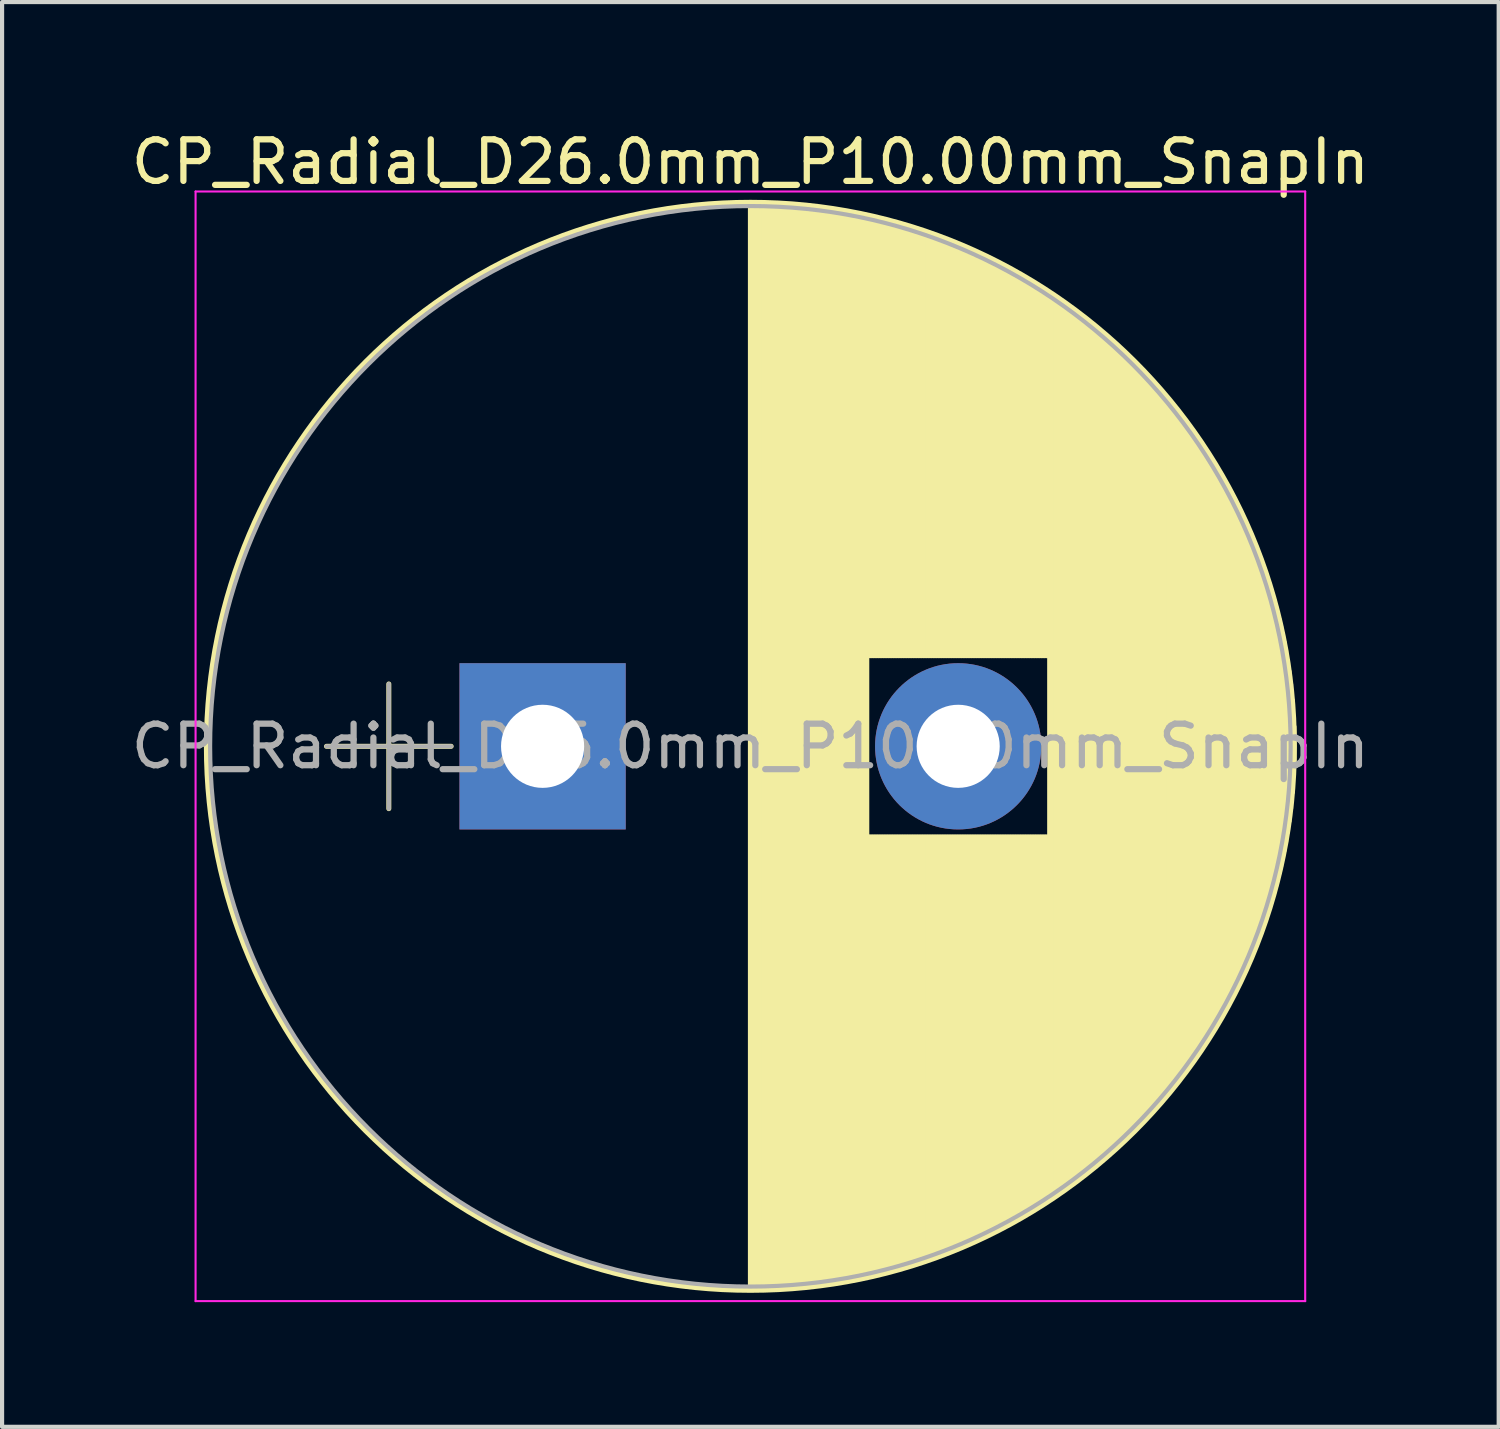
<source format=kicad_pcb>
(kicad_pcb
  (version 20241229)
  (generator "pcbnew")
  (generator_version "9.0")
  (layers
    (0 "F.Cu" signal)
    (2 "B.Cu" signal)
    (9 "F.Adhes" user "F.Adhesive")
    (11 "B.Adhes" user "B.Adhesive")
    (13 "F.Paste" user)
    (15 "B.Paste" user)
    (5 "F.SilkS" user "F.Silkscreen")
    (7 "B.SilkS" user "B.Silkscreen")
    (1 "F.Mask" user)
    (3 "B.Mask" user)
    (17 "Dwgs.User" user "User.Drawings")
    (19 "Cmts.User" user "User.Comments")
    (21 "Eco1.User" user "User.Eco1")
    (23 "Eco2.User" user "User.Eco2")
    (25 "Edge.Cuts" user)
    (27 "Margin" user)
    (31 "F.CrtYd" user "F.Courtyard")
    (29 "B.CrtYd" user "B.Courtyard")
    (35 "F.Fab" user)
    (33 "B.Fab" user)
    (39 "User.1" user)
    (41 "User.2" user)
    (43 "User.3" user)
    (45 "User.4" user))
  (footprint "CP_Radial_D26.0mm_P10.00mm_SnapIn"
    (layer "F.Cu")
    (at 10.006 14.908)
    (property "Reference" "CP_Radial_D26.0mm_P10.00mm_SnapIn" (at 5 -14.06 0) (layer "F.SilkS") (effects (font (size 1 1) (thickness 0.15))))
    (attr through_hole)
    (fp_line (start -5.2 0) (end -2.2 0) (stroke (width 0.12) (type solid)) (layer "F.SilkS"))
    (fp_line (start -3.7 -1.5) (end -3.7 1.5) (stroke (width 0.12) (type solid)) (layer "F.SilkS"))
    (fp_line (start 5 -13.05) (end 5 13.05) (stroke (width 0.12) (type solid)) (layer "F.SilkS"))
    (fp_line (start 5.04 -13.05) (end 5.04 13.05) (stroke (width 0.12) (type solid)) (layer "F.SilkS"))
    (fp_line (start 5.08 -13.05) (end 5.08 13.05) (stroke (width 0.12) (type solid)) (layer "F.SilkS"))
    (fp_line (start 5.12 -13.05) (end 5.12 13.05) (stroke (width 0.12) (type solid)) (layer "F.SilkS"))
    (fp_line (start 5.16 -13.05) (end 5.16 13.05) (stroke (width 0.12) (type solid)) (layer "F.SilkS"))
    (fp_line (start 5.2 -13.049) (end 5.2 13.049) (stroke (width 0.12) (type solid)) (layer "F.SilkS"))
    (fp_line (start 5.24 -13.048) (end 5.24 13.048) (stroke (width 0.12) (type solid)) (layer "F.SilkS"))
    (fp_line (start 5.28 -13.048) (end 5.28 13.048) (stroke (width 0.12) (type solid)) (layer "F.SilkS"))
    (fp_line (start 5.32 -13.047) (end 5.32 13.047) (stroke (width 0.12) (type solid)) (layer "F.SilkS"))
    (fp_line (start 5.36 -13.046) (end 5.36 13.046) (stroke (width 0.12) (type solid)) (layer "F.SilkS"))
    (fp_line (start 5.4 -13.044) (end 5.4 13.044) (stroke (width 0.12) (type solid)) (layer "F.SilkS"))
    (fp_line (start 5.44 -13.043) (end 5.44 13.043) (stroke (width 0.12) (type solid)) (layer "F.SilkS"))
    (fp_line (start 5.48 -13.042) (end 5.48 13.042) (stroke (width 0.12) (type solid)) (layer "F.SilkS"))
    (fp_line (start 5.52 -13.04) (end 5.52 13.04) (stroke (width 0.12) (type solid)) (layer "F.SilkS"))
    (fp_line (start 5.56 -13.039) (end 5.56 13.039) (stroke (width 0.12) (type solid)) (layer "F.SilkS"))
    (fp_line (start 5.6 -13.037) (end 5.6 13.037) (stroke (width 0.12) (type solid)) (layer "F.SilkS"))
    (fp_line (start 5.64 -13.035) (end 5.64 13.035) (stroke (width 0.12) (type solid)) (layer "F.SilkS"))
    (fp_line (start 5.68 -13.033) (end 5.68 13.033) (stroke (width 0.12) (type solid)) (layer "F.SilkS"))
    (fp_line (start 5.721 -13.031) (end 5.721 13.031) (stroke (width 0.12) (type solid)) (layer "F.SilkS"))
    (fp_line (start 5.761 -13.028) (end 5.761 13.028) (stroke (width 0.12) (type solid)) (layer "F.SilkS"))
    (fp_line (start 5.801 -13.026) (end 5.801 13.026) (stroke (width 0.12) (type solid)) (layer "F.SilkS"))
    (fp_line (start 5.841 -13.024) (end 5.841 13.024) (stroke (width 0.12) (type solid)) (layer "F.SilkS"))
    (fp_line (start 5.881 -13.021) (end 5.881 13.021) (stroke (width 0.12) (type solid)) (layer "F.SilkS"))
    (fp_line (start 5.921 -13.018) (end 5.921 13.018) (stroke (width 0.12) (type solid)) (layer "F.SilkS"))
    (fp_line (start 5.961 -13.015) (end 5.961 13.015) (stroke (width 0.12) (type solid)) (layer "F.SilkS"))
    (fp_line (start 6.001 -13.012) (end 6.001 13.012) (stroke (width 0.12) (type solid)) (layer "F.SilkS"))
    (fp_line (start 6.041 -13.009) (end 6.041 13.009) (stroke (width 0.12) (type solid)) (layer "F.SilkS"))
    (fp_line (start 6.081 -13.006) (end 6.081 13.006) (stroke (width 0.12) (type solid)) (layer "F.SilkS"))
    (fp_line (start 6.121 -13.002) (end 6.121 13.002) (stroke (width 0.12) (type solid)) (layer "F.SilkS"))
    (fp_line (start 6.161 -12.999) (end 6.161 12.999) (stroke (width 0.12) (type solid)) (layer "F.SilkS"))
    (fp_line (start 6.201 -12.995) (end 6.201 12.995) (stroke (width 0.12) (type solid)) (layer "F.SilkS"))
    (fp_line (start 6.241 -12.992) (end 6.241 12.992) (stroke (width 0.12) (type solid)) (layer "F.SilkS"))
    (fp_line (start 6.281 -12.988) (end 6.281 12.988) (stroke (width 0.12) (type solid)) (layer "F.SilkS"))
    (fp_line (start 6.321 -12.984) (end 6.321 12.984) (stroke (width 0.12) (type solid)) (layer "F.SilkS"))
    (fp_line (start 6.361 -12.98) (end 6.361 12.98) (stroke (width 0.12) (type solid)) (layer "F.SilkS"))
    (fp_line (start 6.401 -12.975) (end 6.401 12.975) (stroke (width 0.12) (type solid)) (layer "F.SilkS"))
    (fp_line (start 6.441 -12.971) (end 6.441 12.971) (stroke (width 0.12) (type solid)) (layer "F.SilkS"))
    (fp_line (start 6.481 -12.967) (end 6.481 12.967) (stroke (width 0.12) (type solid)) (layer "F.SilkS"))
    (fp_line (start 6.521 -12.962) (end 6.521 12.962) (stroke (width 0.12) (type solid)) (layer "F.SilkS"))
    (fp_line (start 6.561 -12.957) (end 6.561 12.957) (stroke (width 0.12) (type solid)) (layer "F.SilkS"))
    (fp_line (start 6.601 -12.952) (end 6.601 12.952) (stroke (width 0.12) (type solid)) (layer "F.SilkS"))
    (fp_line (start 6.641 -12.947) (end 6.641 12.947) (stroke (width 0.12) (type solid)) (layer "F.SilkS"))
    (fp_line (start 6.681 -12.942) (end 6.681 12.942) (stroke (width 0.12) (type solid)) (layer "F.SilkS"))
    (fp_line (start 6.721 -12.937) (end 6.721 12.937) (stroke (width 0.12) (type solid)) (layer "F.SilkS"))
    (fp_line (start 6.761 -12.932) (end 6.761 12.932) (stroke (width 0.12) (type solid)) (layer "F.SilkS"))
    (fp_line (start 6.801 -12.926) (end 6.801 12.926) (stroke (width 0.12) (type solid)) (layer "F.SilkS"))
    (fp_line (start 6.841 -12.921) (end 6.841 12.921) (stroke (width 0.12) (type solid)) (layer "F.SilkS"))
    (fp_line (start 6.881 -12.915) (end 6.881 12.915) (stroke (width 0.12) (type solid)) (layer "F.SilkS"))
    (fp_line (start 6.921 -12.909) (end 6.921 12.909) (stroke (width 0.12) (type solid)) (layer "F.SilkS"))
    (fp_line (start 6.961 -12.903) (end 6.961 12.903) (stroke (width 0.12) (type solid)) (layer "F.SilkS"))
    (fp_line (start 7.001 -12.897) (end 7.001 12.897) (stroke (width 0.12) (type solid)) (layer "F.SilkS"))
    (fp_line (start 7.041 -12.891) (end 7.041 12.891) (stroke (width 0.12) (type solid)) (layer "F.SilkS"))
    (fp_line (start 7.081 -12.884) (end 7.081 12.884) (stroke (width 0.12) (type solid)) (layer "F.SilkS"))
    (fp_line (start 7.121 -12.878) (end 7.121 12.878) (stroke (width 0.12) (type solid)) (layer "F.SilkS"))
    (fp_line (start 7.161 -12.871) (end 7.161 12.871) (stroke (width 0.12) (type solid)) (layer "F.SilkS"))
    (fp_line (start 7.201 -12.864) (end 7.201 12.864) (stroke (width 0.12) (type solid)) (layer "F.SilkS"))
    (fp_line (start 7.241 -12.857) (end 7.241 12.857) (stroke (width 0.12) (type solid)) (layer "F.SilkS"))
    (fp_line (start 7.281 -12.85) (end 7.281 12.85) (stroke (width 0.12) (type solid)) (layer "F.SilkS"))
    (fp_line (start 7.321 -12.843) (end 7.321 12.843) (stroke (width 0.12) (type solid)) (layer "F.SilkS"))
    (fp_line (start 7.361 -12.836) (end 7.361 12.836) (stroke (width 0.12) (type solid)) (layer "F.SilkS"))
    (fp_line (start 7.401 -12.829) (end 7.401 12.829) (stroke (width 0.12) (type solid)) (layer "F.SilkS"))
    (fp_line (start 7.441 -12.821) (end 7.441 12.821) (stroke (width 0.12) (type solid)) (layer "F.SilkS"))
    (fp_line (start 7.481 -12.813) (end 7.481 12.813) (stroke (width 0.12) (type solid)) (layer "F.SilkS"))
    (fp_line (start 7.521 -12.806) (end 7.521 12.806) (stroke (width 0.12) (type solid)) (layer "F.SilkS"))
    (fp_line (start 7.561 -12.798) (end 7.561 12.798) (stroke (width 0.12) (type solid)) (layer "F.SilkS"))
    (fp_line (start 7.601 -12.79) (end 7.601 12.79) (stroke (width 0.12) (type solid)) (layer "F.SilkS"))
    (fp_line (start 7.641 -12.782) (end 7.641 12.782) (stroke (width 0.12) (type solid)) (layer "F.SilkS"))
    (fp_line (start 7.681 -12.773) (end 7.681 12.773) (stroke (width 0.12) (type solid)) (layer "F.SilkS"))
    (fp_line (start 7.721 -12.765) (end 7.721 12.765) (stroke (width 0.12) (type solid)) (layer "F.SilkS"))
    (fp_line (start 7.761 -12.756) (end 7.761 12.756) (stroke (width 0.12) (type solid)) (layer "F.SilkS"))
    (fp_line (start 7.801 -12.748) (end 7.801 12.748) (stroke (width 0.12) (type solid)) (layer "F.SilkS"))
    (fp_line (start 7.841 -12.739) (end 7.841 -2.18) (stroke (width 0.12) (type solid)) (layer "F.SilkS"))
    (fp_line (start 7.841 2.18) (end 7.841 12.739) (stroke (width 0.12) (type solid)) (layer "F.SilkS"))
    (fp_line (start 7.881 -12.73) (end 7.881 -2.18) (stroke (width 0.12) (type solid)) (layer "F.SilkS"))
    (fp_line (start 7.881 2.18) (end 7.881 12.73) (stroke (width 0.12) (type solid)) (layer "F.SilkS"))
    (fp_line (start 7.921 -12.721) (end 7.921 -2.18) (stroke (width 0.12) (type solid)) (layer "F.SilkS"))
    (fp_line (start 7.921 2.18) (end 7.921 12.721) (stroke (width 0.12) (type solid)) (layer "F.SilkS"))
    (fp_line (start 7.961 -12.711) (end 7.961 -2.18) (stroke (width 0.12) (type solid)) (layer "F.SilkS"))
    (fp_line (start 7.961 2.18) (end 7.961 12.711) (stroke (width 0.12) (type solid)) (layer "F.SilkS"))
    (fp_line (start 8.001 -12.702) (end 8.001 -2.18) (stroke (width 0.12) (type solid)) (layer "F.SilkS"))
    (fp_line (start 8.001 2.18) (end 8.001 12.702) (stroke (width 0.12) (type solid)) (layer "F.SilkS"))
    (fp_line (start 8.041 -12.693) (end 8.041 -2.18) (stroke (width 0.12) (type solid)) (layer "F.SilkS"))
    (fp_line (start 8.041 2.18) (end 8.041 12.693) (stroke (width 0.12) (type solid)) (layer "F.SilkS"))
    (fp_line (start 8.081 -12.683) (end 8.081 -2.18) (stroke (width 0.12) (type solid)) (layer "F.SilkS"))
    (fp_line (start 8.081 2.18) (end 8.081 12.683) (stroke (width 0.12) (type solid)) (layer "F.SilkS"))
    (fp_line (start 8.121 -12.673) (end 8.121 -2.18) (stroke (width 0.12) (type solid)) (layer "F.SilkS"))
    (fp_line (start 8.121 2.18) (end 8.121 12.673) (stroke (width 0.12) (type solid)) (layer "F.SilkS"))
    (fp_line (start 8.161 -12.663) (end 8.161 -2.18) (stroke (width 0.12) (type solid)) (layer "F.SilkS"))
    (fp_line (start 8.161 2.18) (end 8.161 12.663) (stroke (width 0.12) (type solid)) (layer "F.SilkS"))
    (fp_line (start 8.201 -12.653) (end 8.201 -2.18) (stroke (width 0.12) (type solid)) (layer "F.SilkS"))
    (fp_line (start 8.201 2.18) (end 8.201 12.653) (stroke (width 0.12) (type solid)) (layer "F.SilkS"))
    (fp_line (start 8.241 -12.643) (end 8.241 -2.18) (stroke (width 0.12) (type solid)) (layer "F.SilkS"))
    (fp_line (start 8.241 2.18) (end 8.241 12.643) (stroke (width 0.12) (type solid)) (layer "F.SilkS"))
    (fp_line (start 8.281 -12.633) (end 8.281 -2.18) (stroke (width 0.12) (type solid)) (layer "F.SilkS"))
    (fp_line (start 8.281 2.18) (end 8.281 12.633) (stroke (width 0.12) (type solid)) (layer "F.SilkS"))
    (fp_line (start 8.321 -12.622) (end 8.321 -2.18) (stroke (width 0.12) (type solid)) (layer "F.SilkS"))
    (fp_line (start 8.321 2.18) (end 8.321 12.622) (stroke (width 0.12) (type solid)) (layer "F.SilkS"))
    (fp_line (start 8.361 -12.612) (end 8.361 -2.18) (stroke (width 0.12) (type solid)) (layer "F.SilkS"))
    (fp_line (start 8.361 2.18) (end 8.361 12.612) (stroke (width 0.12) (type solid)) (layer "F.SilkS"))
    (fp_line (start 8.401 -12.601) (end 8.401 -2.18) (stroke (width 0.12) (type solid)) (layer "F.SilkS"))
    (fp_line (start 8.401 2.18) (end 8.401 12.601) (stroke (width 0.12) (type solid)) (layer "F.SilkS"))
    (fp_line (start 8.441 -12.59) (end 8.441 -2.18) (stroke (width 0.12) (type solid)) (layer "F.SilkS"))
    (fp_line (start 8.441 2.18) (end 8.441 12.59) (stroke (width 0.12) (type solid)) (layer "F.SilkS"))
    (fp_line (start 8.481 -12.579) (end 8.481 -2.18) (stroke (width 0.12) (type solid)) (layer "F.SilkS"))
    (fp_line (start 8.481 2.18) (end 8.481 12.579) (stroke (width 0.12) (type solid)) (layer "F.SilkS"))
    (fp_line (start 8.521 -12.568) (end 8.521 -2.18) (stroke (width 0.12) (type solid)) (layer "F.SilkS"))
    (fp_line (start 8.521 2.18) (end 8.521 12.568) (stroke (width 0.12) (type solid)) (layer "F.SilkS"))
    (fp_line (start 8.561 -12.557) (end 8.561 -2.18) (stroke (width 0.12) (type solid)) (layer "F.SilkS"))
    (fp_line (start 8.561 2.18) (end 8.561 12.557) (stroke (width 0.12) (type solid)) (layer "F.SilkS"))
    (fp_line (start 8.601 -12.546) (end 8.601 -2.18) (stroke (width 0.12) (type solid)) (layer "F.SilkS"))
    (fp_line (start 8.601 2.18) (end 8.601 12.546) (stroke (width 0.12) (type solid)) (layer "F.SilkS"))
    (fp_line (start 8.641 -12.534) (end 8.641 -2.18) (stroke (width 0.12) (type solid)) (layer "F.SilkS"))
    (fp_line (start 8.641 2.18) (end 8.641 12.534) (stroke (width 0.12) (type solid)) (layer "F.SilkS"))
    (fp_line (start 8.681 -12.523) (end 8.681 -2.18) (stroke (width 0.12) (type solid)) (layer "F.SilkS"))
    (fp_line (start 8.681 2.18) (end 8.681 12.523) (stroke (width 0.12) (type solid)) (layer "F.SilkS"))
    (fp_line (start 8.721 -12.511) (end 8.721 -2.18) (stroke (width 0.12) (type solid)) (layer "F.SilkS"))
    (fp_line (start 8.721 2.18) (end 8.721 12.511) (stroke (width 0.12) (type solid)) (layer "F.SilkS"))
    (fp_line (start 8.761 -12.499) (end 8.761 -2.18) (stroke (width 0.12) (type solid)) (layer "F.SilkS"))
    (fp_line (start 8.761 2.18) (end 8.761 12.499) (stroke (width 0.12) (type solid)) (layer "F.SilkS"))
    (fp_line (start 8.801 -12.487) (end 8.801 -2.18) (stroke (width 0.12) (type solid)) (layer "F.SilkS"))
    (fp_line (start 8.801 2.18) (end 8.801 12.487) (stroke (width 0.12) (type solid)) (layer "F.SilkS"))
    (fp_line (start 8.841 -12.475) (end 8.841 -2.18) (stroke (width 0.12) (type solid)) (layer "F.SilkS"))
    (fp_line (start 8.841 2.18) (end 8.841 12.475) (stroke (width 0.12) (type solid)) (layer "F.SilkS"))
    (fp_line (start 8.881 -12.462) (end 8.881 -2.18) (stroke (width 0.12) (type solid)) (layer "F.SilkS"))
    (fp_line (start 8.881 2.18) (end 8.881 12.462) (stroke (width 0.12) (type solid)) (layer "F.SilkS"))
    (fp_line (start 8.921 -12.45) (end 8.921 -2.18) (stroke (width 0.12) (type solid)) (layer "F.SilkS"))
    (fp_line (start 8.921 2.18) (end 8.921 12.45) (stroke (width 0.12) (type solid)) (layer "F.SilkS"))
    (fp_line (start 8.961 -12.437) (end 8.961 -2.18) (stroke (width 0.12) (type solid)) (layer "F.SilkS"))
    (fp_line (start 8.961 2.18) (end 8.961 12.437) (stroke (width 0.12) (type solid)) (layer "F.SilkS"))
    (fp_line (start 9.001 -12.424) (end 9.001 -2.18) (stroke (width 0.12) (type solid)) (layer "F.SilkS"))
    (fp_line (start 9.001 2.18) (end 9.001 12.424) (stroke (width 0.12) (type solid)) (layer "F.SilkS"))
    (fp_line (start 9.041 -12.411) (end 9.041 -2.18) (stroke (width 0.12) (type solid)) (layer "F.SilkS"))
    (fp_line (start 9.041 2.18) (end 9.041 12.411) (stroke (width 0.12) (type solid)) (layer "F.SilkS"))
    (fp_line (start 9.081 -12.398) (end 9.081 -2.18) (stroke (width 0.12) (type solid)) (layer "F.SilkS"))
    (fp_line (start 9.081 2.18) (end 9.081 12.398) (stroke (width 0.12) (type solid)) (layer "F.SilkS"))
    (fp_line (start 9.121 -12.385) (end 9.121 -2.18) (stroke (width 0.12) (type solid)) (layer "F.SilkS"))
    (fp_line (start 9.121 2.18) (end 9.121 12.385) (stroke (width 0.12) (type solid)) (layer "F.SilkS"))
    (fp_line (start 9.161 -12.372) (end 9.161 -2.18) (stroke (width 0.12) (type solid)) (layer "F.SilkS"))
    (fp_line (start 9.161 2.18) (end 9.161 12.372) (stroke (width 0.12) (type solid)) (layer "F.SilkS"))
    (fp_line (start 9.201 -12.358) (end 9.201 -2.18) (stroke (width 0.12) (type solid)) (layer "F.SilkS"))
    (fp_line (start 9.201 2.18) (end 9.201 12.358) (stroke (width 0.12) (type solid)) (layer "F.SilkS"))
    (fp_line (start 9.241 -12.345) (end 9.241 -2.18) (stroke (width 0.12) (type solid)) (layer "F.SilkS"))
    (fp_line (start 9.241 2.18) (end 9.241 12.345) (stroke (width 0.12) (type solid)) (layer "F.SilkS"))
    (fp_line (start 9.281 -12.331) (end 9.281 -2.18) (stroke (width 0.12) (type solid)) (layer "F.SilkS"))
    (fp_line (start 9.281 2.18) (end 9.281 12.331) (stroke (width 0.12) (type solid)) (layer "F.SilkS"))
    (fp_line (start 9.321 -12.317) (end 9.321 -2.18) (stroke (width 0.12) (type solid)) (layer "F.SilkS"))
    (fp_line (start 9.321 2.18) (end 9.321 12.317) (stroke (width 0.12) (type solid)) (layer "F.SilkS"))
    (fp_line (start 9.361 -12.303) (end 9.361 -2.18) (stroke (width 0.12) (type solid)) (layer "F.SilkS"))
    (fp_line (start 9.361 2.18) (end 9.361 12.303) (stroke (width 0.12) (type solid)) (layer "F.SilkS"))
    (fp_line (start 9.401 -12.289) (end 9.401 -2.18) (stroke (width 0.12) (type solid)) (layer "F.SilkS"))
    (fp_line (start 9.401 2.18) (end 9.401 12.289) (stroke (width 0.12) (type solid)) (layer "F.SilkS"))
    (fp_line (start 9.441 -12.274) (end 9.441 -2.18) (stroke (width 0.12) (type solid)) (layer "F.SilkS"))
    (fp_line (start 9.441 2.18) (end 9.441 12.274) (stroke (width 0.12) (type solid)) (layer "F.SilkS"))
    (fp_line (start 9.481 -12.26) (end 9.481 -2.18) (stroke (width 0.12) (type solid)) (layer "F.SilkS"))
    (fp_line (start 9.481 2.18) (end 9.481 12.26) (stroke (width 0.12) (type solid)) (layer "F.SilkS"))
    (fp_line (start 9.521 -12.245) (end 9.521 -2.18) (stroke (width 0.12) (type solid)) (layer "F.SilkS"))
    (fp_line (start 9.521 2.18) (end 9.521 12.245) (stroke (width 0.12) (type solid)) (layer "F.SilkS"))
    (fp_line (start 9.561 -12.231) (end 9.561 -2.18) (stroke (width 0.12) (type solid)) (layer "F.SilkS"))
    (fp_line (start 9.561 2.18) (end 9.561 12.231) (stroke (width 0.12) (type solid)) (layer "F.SilkS"))
    (fp_line (start 9.601 -12.216) (end 9.601 -2.18) (stroke (width 0.12) (type solid)) (layer "F.SilkS"))
    (fp_line (start 9.601 2.18) (end 9.601 12.216) (stroke (width 0.12) (type solid)) (layer "F.SilkS"))
    (fp_line (start 9.641 -12.201) (end 9.641 -2.18) (stroke (width 0.12) (type solid)) (layer "F.SilkS"))
    (fp_line (start 9.641 2.18) (end 9.641 12.201) (stroke (width 0.12) (type solid)) (layer "F.SilkS"))
    (fp_line (start 9.681 -12.185) (end 9.681 -2.18) (stroke (width 0.12) (type solid)) (layer "F.SilkS"))
    (fp_line (start 9.681 2.18) (end 9.681 12.185) (stroke (width 0.12) (type solid)) (layer "F.SilkS"))
    (fp_line (start 9.721 -12.17) (end 9.721 -2.18) (stroke (width 0.12) (type solid)) (layer "F.SilkS"))
    (fp_line (start 9.721 2.18) (end 9.721 12.17) (stroke (width 0.12) (type solid)) (layer "F.SilkS"))
    (fp_line (start 9.761 -12.154) (end 9.761 -2.18) (stroke (width 0.12) (type solid)) (layer "F.SilkS"))
    (fp_line (start 9.761 2.18) (end 9.761 12.154) (stroke (width 0.12) (type solid)) (layer "F.SilkS"))
    (fp_line (start 9.801 -12.139) (end 9.801 -2.18) (stroke (width 0.12) (type solid)) (layer "F.SilkS"))
    (fp_line (start 9.801 2.18) (end 9.801 12.139) (stroke (width 0.12) (type solid)) (layer "F.SilkS"))
    (fp_line (start 9.841 -12.123) (end 9.841 -2.18) (stroke (width 0.12) (type solid)) (layer "F.SilkS"))
    (fp_line (start 9.841 2.18) (end 9.841 12.123) (stroke (width 0.12) (type solid)) (layer "F.SilkS"))
    (fp_line (start 9.881 -12.107) (end 9.881 -2.18) (stroke (width 0.12) (type solid)) (layer "F.SilkS"))
    (fp_line (start 9.881 2.18) (end 9.881 12.107) (stroke (width 0.12) (type solid)) (layer "F.SilkS"))
    (fp_line (start 9.921 -12.091) (end 9.921 -2.18) (stroke (width 0.12) (type solid)) (layer "F.SilkS"))
    (fp_line (start 9.921 2.18) (end 9.921 12.091) (stroke (width 0.12) (type solid)) (layer "F.SilkS"))
    (fp_line (start 9.961 -12.074) (end 9.961 -2.18) (stroke (width 0.12) (type solid)) (layer "F.SilkS"))
    (fp_line (start 9.961 2.18) (end 9.961 12.074) (stroke (width 0.12) (type solid)) (layer "F.SilkS"))
    (fp_line (start 10.001 -12.058) (end 10.001 -2.18) (stroke (width 0.12) (type solid)) (layer "F.SilkS"))
    (fp_line (start 10.001 2.18) (end 10.001 12.058) (stroke (width 0.12) (type solid)) (layer "F.SilkS"))
    (fp_line (start 10.041 -12.041) (end 10.041 -2.18) (stroke (width 0.12) (type solid)) (layer "F.SilkS"))
    (fp_line (start 10.041 2.18) (end 10.041 12.041) (stroke (width 0.12) (type solid)) (layer "F.SilkS"))
    (fp_line (start 10.081 -12.025) (end 10.081 -2.18) (stroke (width 0.12) (type solid)) (layer "F.SilkS"))
    (fp_line (start 10.081 2.18) (end 10.081 12.025) (stroke (width 0.12) (type solid)) (layer "F.SilkS"))
    (fp_line (start 10.121 -12.008) (end 10.121 -2.18) (stroke (width 0.12) (type solid)) (layer "F.SilkS"))
    (fp_line (start 10.121 2.18) (end 10.121 12.008) (stroke (width 0.12) (type solid)) (layer "F.SilkS"))
    (fp_line (start 10.161 -11.991) (end 10.161 -2.18) (stroke (width 0.12) (type solid)) (layer "F.SilkS"))
    (fp_line (start 10.161 2.18) (end 10.161 11.991) (stroke (width 0.12) (type solid)) (layer "F.SilkS"))
    (fp_line (start 10.201 -11.973) (end 10.201 -2.18) (stroke (width 0.12) (type solid)) (layer "F.SilkS"))
    (fp_line (start 10.201 2.18) (end 10.201 11.973) (stroke (width 0.12) (type solid)) (layer "F.SilkS"))
    (fp_line (start 10.241 -11.956) (end 10.241 -2.18) (stroke (width 0.12) (type solid)) (layer "F.SilkS"))
    (fp_line (start 10.241 2.18) (end 10.241 11.956) (stroke (width 0.12) (type solid)) (layer "F.SilkS"))
    (fp_line (start 10.281 -11.938) (end 10.281 -2.18) (stroke (width 0.12) (type solid)) (layer "F.SilkS"))
    (fp_line (start 10.281 2.18) (end 10.281 11.938) (stroke (width 0.12) (type solid)) (layer "F.SilkS"))
    (fp_line (start 10.321 -11.921) (end 10.321 -2.18) (stroke (width 0.12) (type solid)) (layer "F.SilkS"))
    (fp_line (start 10.321 2.18) (end 10.321 11.921) (stroke (width 0.12) (type solid)) (layer "F.SilkS"))
    (fp_line (start 10.361 -11.903) (end 10.361 -2.18) (stroke (width 0.12) (type solid)) (layer "F.SilkS"))
    (fp_line (start 10.361 2.18) (end 10.361 11.903) (stroke (width 0.12) (type solid)) (layer "F.SilkS"))
    (fp_line (start 10.401 -11.885) (end 10.401 -2.18) (stroke (width 0.12) (type solid)) (layer "F.SilkS"))
    (fp_line (start 10.401 2.18) (end 10.401 11.885) (stroke (width 0.12) (type solid)) (layer "F.SilkS"))
    (fp_line (start 10.441 -11.867) (end 10.441 -2.18) (stroke (width 0.12) (type solid)) (layer "F.SilkS"))
    (fp_line (start 10.441 2.18) (end 10.441 11.867) (stroke (width 0.12) (type solid)) (layer "F.SilkS"))
    (fp_line (start 10.481 -11.848) (end 10.481 -2.18) (stroke (width 0.12) (type solid)) (layer "F.SilkS"))
    (fp_line (start 10.481 2.18) (end 10.481 11.848) (stroke (width 0.12) (type solid)) (layer "F.SilkS"))
    (fp_line (start 10.521 -11.83) (end 10.521 -2.18) (stroke (width 0.12) (type solid)) (layer "F.SilkS"))
    (fp_line (start 10.521 2.18) (end 10.521 11.83) (stroke (width 0.12) (type solid)) (layer "F.SilkS"))
    (fp_line (start 10.561 -11.811) (end 10.561 -2.18) (stroke (width 0.12) (type solid)) (layer "F.SilkS"))
    (fp_line (start 10.561 2.18) (end 10.561 11.811) (stroke (width 0.12) (type solid)) (layer "F.SilkS"))
    (fp_line (start 10.601 -11.792) (end 10.601 -2.18) (stroke (width 0.12) (type solid)) (layer "F.SilkS"))
    (fp_line (start 10.601 2.18) (end 10.601 11.792) (stroke (width 0.12) (type solid)) (layer "F.SilkS"))
    (fp_line (start 10.641 -11.773) (end 10.641 -2.18) (stroke (width 0.12) (type solid)) (layer "F.SilkS"))
    (fp_line (start 10.641 2.18) (end 10.641 11.773) (stroke (width 0.12) (type solid)) (layer "F.SilkS"))
    (fp_line (start 10.681 -11.754) (end 10.681 -2.18) (stroke (width 0.12) (type solid)) (layer "F.SilkS"))
    (fp_line (start 10.681 2.18) (end 10.681 11.754) (stroke (width 0.12) (type solid)) (layer "F.SilkS"))
    (fp_line (start 10.721 -11.735) (end 10.721 -2.18) (stroke (width 0.12) (type solid)) (layer "F.SilkS"))
    (fp_line (start 10.721 2.18) (end 10.721 11.735) (stroke (width 0.12) (type solid)) (layer "F.SilkS"))
    (fp_line (start 10.761 -11.715) (end 10.761 -2.18) (stroke (width 0.12) (type solid)) (layer "F.SilkS"))
    (fp_line (start 10.761 2.18) (end 10.761 11.715) (stroke (width 0.12) (type solid)) (layer "F.SilkS"))
    (fp_line (start 10.801 -11.695) (end 10.801 -2.18) (stroke (width 0.12) (type solid)) (layer "F.SilkS"))
    (fp_line (start 10.801 2.18) (end 10.801 11.695) (stroke (width 0.12) (type solid)) (layer "F.SilkS"))
    (fp_line (start 10.841 -11.676) (end 10.841 -2.18) (stroke (width 0.12) (type solid)) (layer "F.SilkS"))
    (fp_line (start 10.841 2.18) (end 10.841 11.676) (stroke (width 0.12) (type solid)) (layer "F.SilkS"))
    (fp_line (start 10.881 -11.656) (end 10.881 -2.18) (stroke (width 0.12) (type solid)) (layer "F.SilkS"))
    (fp_line (start 10.881 2.18) (end 10.881 11.656) (stroke (width 0.12) (type solid)) (layer "F.SilkS"))
    (fp_line (start 10.921 -11.635) (end 10.921 -2.18) (stroke (width 0.12) (type solid)) (layer "F.SilkS"))
    (fp_line (start 10.921 2.18) (end 10.921 11.635) (stroke (width 0.12) (type solid)) (layer "F.SilkS"))
    (fp_line (start 10.961 -11.615) (end 10.961 -2.18) (stroke (width 0.12) (type solid)) (layer "F.SilkS"))
    (fp_line (start 10.961 2.18) (end 10.961 11.615) (stroke (width 0.12) (type solid)) (layer "F.SilkS"))
    (fp_line (start 11.001 -11.594) (end 11.001 -2.18) (stroke (width 0.12) (type solid)) (layer "F.SilkS"))
    (fp_line (start 11.001 2.18) (end 11.001 11.594) (stroke (width 0.12) (type solid)) (layer "F.SilkS"))
    (fp_line (start 11.041 -11.574) (end 11.041 -2.18) (stroke (width 0.12) (type solid)) (layer "F.SilkS"))
    (fp_line (start 11.041 2.18) (end 11.041 11.574) (stroke (width 0.12) (type solid)) (layer "F.SilkS"))
    (fp_line (start 11.081 -11.553) (end 11.081 -2.18) (stroke (width 0.12) (type solid)) (layer "F.SilkS"))
    (fp_line (start 11.081 2.18) (end 11.081 11.553) (stroke (width 0.12) (type solid)) (layer "F.SilkS"))
    (fp_line (start 11.121 -11.532) (end 11.121 -2.18) (stroke (width 0.12) (type solid)) (layer "F.SilkS"))
    (fp_line (start 11.121 2.18) (end 11.121 11.532) (stroke (width 0.12) (type solid)) (layer "F.SilkS"))
    (fp_line (start 11.161 -11.51) (end 11.161 -2.18) (stroke (width 0.12) (type solid)) (layer "F.SilkS"))
    (fp_line (start 11.161 2.18) (end 11.161 11.51) (stroke (width 0.12) (type solid)) (layer "F.SilkS"))
    (fp_line (start 11.201 -11.489) (end 11.201 -2.18) (stroke (width 0.12) (type solid)) (layer "F.SilkS"))
    (fp_line (start 11.201 2.18) (end 11.201 11.489) (stroke (width 0.12) (type solid)) (layer "F.SilkS"))
    (fp_line (start 11.241 -11.467) (end 11.241 -2.18) (stroke (width 0.12) (type solid)) (layer "F.SilkS"))
    (fp_line (start 11.241 2.18) (end 11.241 11.467) (stroke (width 0.12) (type solid)) (layer "F.SilkS"))
    (fp_line (start 11.281 -11.446) (end 11.281 -2.18) (stroke (width 0.12) (type solid)) (layer "F.SilkS"))
    (fp_line (start 11.281 2.18) (end 11.281 11.446) (stroke (width 0.12) (type solid)) (layer "F.SilkS"))
    (fp_line (start 11.321 -11.424) (end 11.321 -2.18) (stroke (width 0.12) (type solid)) (layer "F.SilkS"))
    (fp_line (start 11.321 2.18) (end 11.321 11.424) (stroke (width 0.12) (type solid)) (layer "F.SilkS"))
    (fp_line (start 11.361 -11.402) (end 11.361 -2.18) (stroke (width 0.12) (type solid)) (layer "F.SilkS"))
    (fp_line (start 11.361 2.18) (end 11.361 11.402) (stroke (width 0.12) (type solid)) (layer "F.SilkS"))
    (fp_line (start 11.401 -11.379) (end 11.401 -2.18) (stroke (width 0.12) (type solid)) (layer "F.SilkS"))
    (fp_line (start 11.401 2.18) (end 11.401 11.379) (stroke (width 0.12) (type solid)) (layer "F.SilkS"))
    (fp_line (start 11.441 -11.357) (end 11.441 -2.18) (stroke (width 0.12) (type solid)) (layer "F.SilkS"))
    (fp_line (start 11.441 2.18) (end 11.441 11.357) (stroke (width 0.12) (type solid)) (layer "F.SilkS"))
    (fp_line (start 11.481 -11.334) (end 11.481 -2.18) (stroke (width 0.12) (type solid)) (layer "F.SilkS"))
    (fp_line (start 11.481 2.18) (end 11.481 11.334) (stroke (width 0.12) (type solid)) (layer "F.SilkS"))
    (fp_line (start 11.521 -11.311) (end 11.521 -2.18) (stroke (width 0.12) (type solid)) (layer "F.SilkS"))
    (fp_line (start 11.521 2.18) (end 11.521 11.311) (stroke (width 0.12) (type solid)) (layer "F.SilkS"))
    (fp_line (start 11.561 -11.288) (end 11.561 -2.18) (stroke (width 0.12) (type solid)) (layer "F.SilkS"))
    (fp_line (start 11.561 2.18) (end 11.561 11.288) (stroke (width 0.12) (type solid)) (layer "F.SilkS"))
    (fp_line (start 11.601 -11.265) (end 11.601 -2.18) (stroke (width 0.12) (type solid)) (layer "F.SilkS"))
    (fp_line (start 11.601 2.18) (end 11.601 11.265) (stroke (width 0.12) (type solid)) (layer "F.SilkS"))
    (fp_line (start 11.641 -11.241) (end 11.641 -2.18) (stroke (width 0.12) (type solid)) (layer "F.SilkS"))
    (fp_line (start 11.641 2.18) (end 11.641 11.241) (stroke (width 0.12) (type solid)) (layer "F.SilkS"))
    (fp_line (start 11.681 -11.218) (end 11.681 -2.18) (stroke (width 0.12) (type solid)) (layer "F.SilkS"))
    (fp_line (start 11.681 2.18) (end 11.681 11.218) (stroke (width 0.12) (type solid)) (layer "F.SilkS"))
    (fp_line (start 11.721 -11.194) (end 11.721 -2.18) (stroke (width 0.12) (type solid)) (layer "F.SilkS"))
    (fp_line (start 11.721 2.18) (end 11.721 11.194) (stroke (width 0.12) (type solid)) (layer "F.SilkS"))
    (fp_line (start 11.761 -11.17) (end 11.761 -2.18) (stroke (width 0.12) (type solid)) (layer "F.SilkS"))
    (fp_line (start 11.761 2.18) (end 11.761 11.17) (stroke (width 0.12) (type solid)) (layer "F.SilkS"))
    (fp_line (start 11.801 -11.146) (end 11.801 -2.18) (stroke (width 0.12) (type solid)) (layer "F.SilkS"))
    (fp_line (start 11.801 2.18) (end 11.801 11.146) (stroke (width 0.12) (type solid)) (layer "F.SilkS"))
    (fp_line (start 11.841 -11.121) (end 11.841 -2.18) (stroke (width 0.12) (type solid)) (layer "F.SilkS"))
    (fp_line (start 11.841 2.18) (end 11.841 11.121) (stroke (width 0.12) (type solid)) (layer "F.SilkS"))
    (fp_line (start 11.881 -11.097) (end 11.881 -2.18) (stroke (width 0.12) (type solid)) (layer "F.SilkS"))
    (fp_line (start 11.881 2.18) (end 11.881 11.097) (stroke (width 0.12) (type solid)) (layer "F.SilkS"))
    (fp_line (start 11.921 -11.072) (end 11.921 -2.18) (stroke (width 0.12) (type solid)) (layer "F.SilkS"))
    (fp_line (start 11.921 2.18) (end 11.921 11.072) (stroke (width 0.12) (type solid)) (layer "F.SilkS"))
    (fp_line (start 11.961 -11.047) (end 11.961 -2.18) (stroke (width 0.12) (type solid)) (layer "F.SilkS"))
    (fp_line (start 11.961 2.18) (end 11.961 11.047) (stroke (width 0.12) (type solid)) (layer "F.SilkS"))
    (fp_line (start 12.001 -11.022) (end 12.001 -2.18) (stroke (width 0.12) (type solid)) (layer "F.SilkS"))
    (fp_line (start 12.001 2.18) (end 12.001 11.022) (stroke (width 0.12) (type solid)) (layer "F.SilkS"))
    (fp_line (start 12.041 -10.996) (end 12.041 -2.18) (stroke (width 0.12) (type solid)) (layer "F.SilkS"))
    (fp_line (start 12.041 2.18) (end 12.041 10.996) (stroke (width 0.12) (type solid)) (layer "F.SilkS"))
    (fp_line (start 12.081 -10.971) (end 12.081 -2.18) (stroke (width 0.12) (type solid)) (layer "F.SilkS"))
    (fp_line (start 12.081 2.18) (end 12.081 10.971) (stroke (width 0.12) (type solid)) (layer "F.SilkS"))
    (fp_line (start 12.121 -10.945) (end 12.121 -2.18) (stroke (width 0.12) (type solid)) (layer "F.SilkS"))
    (fp_line (start 12.121 2.18) (end 12.121 10.945) (stroke (width 0.12) (type solid)) (layer "F.SilkS"))
    (fp_line (start 12.161 -10.919) (end 12.161 -2.18) (stroke (width 0.12) (type solid)) (layer "F.SilkS"))
    (fp_line (start 12.161 2.18) (end 12.161 10.919) (stroke (width 0.12) (type solid)) (layer "F.SilkS"))
    (fp_line (start 12.201 -10.892) (end 12.201 10.892) (stroke (width 0.12) (type solid)) (layer "F.SilkS"))
    (fp_line (start 12.241 -10.866) (end 12.241 10.866) (stroke (width 0.12) (type solid)) (layer "F.SilkS"))
    (fp_line (start 12.281 -10.839) (end 12.281 10.839) (stroke (width 0.12) (type solid)) (layer "F.SilkS"))
    (fp_line (start 12.321 -10.812) (end 12.321 10.812) (stroke (width 0.12) (type solid)) (layer "F.SilkS"))
    (fp_line (start 12.361 -10.785) (end 12.361 10.785) (stroke (width 0.12) (type solid)) (layer "F.SilkS"))
    (fp_line (start 12.401 -10.758) (end 12.401 10.758) (stroke (width 0.12) (type solid)) (layer "F.SilkS"))
    (fp_line (start 12.441 -10.731) (end 12.441 10.731) (stroke (width 0.12) (type solid)) (layer "F.SilkS"))
    (fp_line (start 12.481 -10.703) (end 12.481 10.703) (stroke (width 0.12) (type solid)) (layer "F.SilkS"))
    (fp_line (start 12.521 -10.675) (end 12.521 10.675) (stroke (width 0.12) (type solid)) (layer "F.SilkS"))
    (fp_line (start 12.561 -10.647) (end 12.561 10.647) (stroke (width 0.12) (type solid)) (layer "F.SilkS"))
    (fp_line (start 12.601 -10.618) (end 12.601 10.618) (stroke (width 0.12) (type solid)) (layer "F.SilkS"))
    (fp_line (start 12.641 -10.59) (end 12.641 10.59) (stroke (width 0.12) (type solid)) (layer "F.SilkS"))
    (fp_line (start 12.681 -10.561) (end 12.681 10.561) (stroke (width 0.12) (type solid)) (layer "F.SilkS"))
    (fp_line (start 12.721 -10.532) (end 12.721 10.532) (stroke (width 0.12) (type solid)) (layer "F.SilkS"))
    (fp_line (start 12.761 -10.502) (end 12.761 10.502) (stroke (width 0.12) (type solid)) (layer "F.SilkS"))
    (fp_line (start 12.801 -10.473) (end 12.801 10.473) (stroke (width 0.12) (type solid)) (layer "F.SilkS"))
    (fp_line (start 12.841 -10.443) (end 12.841 10.443) (stroke (width 0.12) (type solid)) (layer "F.SilkS"))
    (fp_line (start 12.881 -10.413) (end 12.881 10.413) (stroke (width 0.12) (type solid)) (layer "F.SilkS"))
    (fp_line (start 12.921 -10.383) (end 12.921 10.383) (stroke (width 0.12) (type solid)) (layer "F.SilkS"))
    (fp_line (start 12.961 -10.352) (end 12.961 10.352) (stroke (width 0.12) (type solid)) (layer "F.SilkS"))
    (fp_line (start 13.001 -10.321) (end 13.001 10.321) (stroke (width 0.12) (type solid)) (layer "F.SilkS"))
    (fp_line (start 13.041 -10.29) (end 13.041 10.29) (stroke (width 0.12) (type solid)) (layer "F.SilkS"))
    (fp_line (start 13.081 -10.259) (end 13.081 10.259) (stroke (width 0.12) (type solid)) (layer "F.SilkS"))
    (fp_line (start 13.121 -10.228) (end 13.121 10.228) (stroke (width 0.12) (type solid)) (layer "F.SilkS"))
    (fp_line (start 13.161 -10.196) (end 13.161 10.196) (stroke (width 0.12) (type solid)) (layer "F.SilkS"))
    (fp_line (start 13.2 -10.164) (end 13.2 10.164) (stroke (width 0.12) (type solid)) (layer "F.SilkS"))
    (fp_line (start 13.24 -10.132) (end 13.24 10.132) (stroke (width 0.12) (type solid)) (layer "F.SilkS"))
    (fp_line (start 13.28 -10.099) (end 13.28 10.099) (stroke (width 0.12) (type solid)) (layer "F.SilkS"))
    (fp_line (start 13.32 -10.066) (end 13.32 10.066) (stroke (width 0.12) (type solid)) (layer "F.SilkS"))
    (fp_line (start 13.36 -10.033) (end 13.36 10.033) (stroke (width 0.12) (type solid)) (layer "F.SilkS"))
    (fp_line (start 13.4 -10) (end 13.4 10) (stroke (width 0.12) (type solid)) (layer "F.SilkS"))
    (fp_line (start 13.44 -9.966) (end 13.44 9.966) (stroke (width 0.12) (type solid)) (layer "F.SilkS"))
    (fp_line (start 13.48 -9.932) (end 13.48 9.932) (stroke (width 0.12) (type solid)) (layer "F.SilkS"))
    (fp_line (start 13.52 -9.898) (end 13.52 9.898) (stroke (width 0.12) (type solid)) (layer "F.SilkS"))
    (fp_line (start 13.56 -9.864) (end 13.56 9.864) (stroke (width 0.12) (type solid)) (layer "F.SilkS"))
    (fp_line (start 13.6 -9.829) (end 13.6 9.829) (stroke (width 0.12) (type solid)) (layer "F.SilkS"))
    (fp_line (start 13.64 -9.794) (end 13.64 9.794) (stroke (width 0.12) (type solid)) (layer "F.SilkS"))
    (fp_line (start 13.68 -9.759) (end 13.68 9.759) (stroke (width 0.12) (type solid)) (layer "F.SilkS"))
    (fp_line (start 13.72 -9.723) (end 13.72 9.723) (stroke (width 0.12) (type solid)) (layer "F.SilkS"))
    (fp_line (start 13.76 -9.687) (end 13.76 9.687) (stroke (width 0.12) (type solid)) (layer "F.SilkS"))
    (fp_line (start 13.8 -9.651) (end 13.8 9.651) (stroke (width 0.12) (type solid)) (layer "F.SilkS"))
    (fp_line (start 13.84 -9.615) (end 13.84 9.615) (stroke (width 0.12) (type solid)) (layer "F.SilkS"))
    (fp_line (start 13.88 -9.578) (end 13.88 9.578) (stroke (width 0.12) (type solid)) (layer "F.SilkS"))
    (fp_line (start 13.92 -9.541) (end 13.92 9.541) (stroke (width 0.12) (type solid)) (layer "F.SilkS"))
    (fp_line (start 13.96 -9.503) (end 13.96 9.503) (stroke (width 0.12) (type solid)) (layer "F.SilkS"))
    (fp_line (start 14 -9.466) (end 14 9.466) (stroke (width 0.12) (type solid)) (layer "F.SilkS"))
    (fp_line (start 14.04 -9.428) (end 14.04 9.428) (stroke (width 0.12) (type solid)) (layer "F.SilkS"))
    (fp_line (start 14.08 -9.389) (end 14.08 9.389) (stroke (width 0.12) (type solid)) (layer "F.SilkS"))
    (fp_line (start 14.12 -9.351) (end 14.12 9.351) (stroke (width 0.12) (type solid)) (layer "F.SilkS"))
    (fp_line (start 14.16 -9.312) (end 14.16 9.312) (stroke (width 0.12) (type solid)) (layer "F.SilkS"))
    (fp_line (start 14.2 -9.272) (end 14.2 9.272) (stroke (width 0.12) (type solid)) (layer "F.SilkS"))
    (fp_line (start 14.24 -9.233) (end 14.24 9.233) (stroke (width 0.12) (type solid)) (layer "F.SilkS"))
    (fp_line (start 14.28 -9.192) (end 14.28 9.192) (stroke (width 0.12) (type solid)) (layer "F.SilkS"))
    (fp_line (start 14.32 -9.152) (end 14.32 9.152) (stroke (width 0.12) (type solid)) (layer "F.SilkS"))
    (fp_line (start 14.36 -9.111) (end 14.36 9.111) (stroke (width 0.12) (type solid)) (layer "F.SilkS"))
    (fp_line (start 14.4 -9.07) (end 14.4 9.07) (stroke (width 0.12) (type solid)) (layer "F.SilkS"))
    (fp_line (start 14.44 -9.029) (end 14.44 9.029) (stroke (width 0.12) (type solid)) (layer "F.SilkS"))
    (fp_line (start 14.48 -8.987) (end 14.48 8.987) (stroke (width 0.12) (type solid)) (layer "F.SilkS"))
    (fp_line (start 14.52 -8.945) (end 14.52 8.945) (stroke (width 0.12) (type solid)) (layer "F.SilkS"))
    (fp_line (start 14.56 -8.902) (end 14.56 8.902) (stroke (width 0.12) (type solid)) (layer "F.SilkS"))
    (fp_line (start 14.6 -8.859) (end 14.6 8.859) (stroke (width 0.12) (type solid)) (layer "F.SilkS"))
    (fp_line (start 14.64 -8.816) (end 14.64 8.816) (stroke (width 0.12) (type solid)) (layer "F.SilkS"))
    (fp_line (start 14.68 -8.772) (end 14.68 8.772) (stroke (width 0.12) (type solid)) (layer "F.SilkS"))
    (fp_line (start 14.72 -8.728) (end 14.72 8.728) (stroke (width 0.12) (type solid)) (layer "F.SilkS"))
    (fp_line (start 14.76 -8.683) (end 14.76 8.683) (stroke (width 0.12) (type solid)) (layer "F.SilkS"))
    (fp_line (start 14.8 -8.639) (end 14.8 8.639) (stroke (width 0.12) (type solid)) (layer "F.SilkS"))
    (fp_line (start 14.84 -8.593) (end 14.84 8.593) (stroke (width 0.12) (type solid)) (layer "F.SilkS"))
    (fp_line (start 14.88 -8.547) (end 14.88 8.547) (stroke (width 0.12) (type solid)) (layer "F.SilkS"))
    (fp_line (start 14.92 -8.501) (end 14.92 8.501) (stroke (width 0.12) (type solid)) (layer "F.SilkS"))
    (fp_line (start 14.96 -8.454) (end 14.96 8.454) (stroke (width 0.12) (type solid)) (layer "F.SilkS"))
    (fp_line (start 15 -8.407) (end 15 8.407) (stroke (width 0.12) (type solid)) (layer "F.SilkS"))
    (fp_line (start 15.04 -8.36) (end 15.04 8.36) (stroke (width 0.12) (type solid)) (layer "F.SilkS"))
    (fp_line (start 15.08 -8.312) (end 15.08 8.312) (stroke (width 0.12) (type solid)) (layer "F.SilkS"))
    (fp_line (start 15.12 -8.263) (end 15.12 8.263) (stroke (width 0.12) (type solid)) (layer "F.SilkS"))
    (fp_line (start 15.16 -8.214) (end 15.16 8.214) (stroke (width 0.12) (type solid)) (layer "F.SilkS"))
    (fp_line (start 15.2 -8.165) (end 15.2 8.165) (stroke (width 0.12) (type solid)) (layer "F.SilkS"))
    (fp_line (start 15.24 -8.115) (end 15.24 8.115) (stroke (width 0.12) (type solid)) (layer "F.SilkS"))
    (fp_line (start 15.28 -8.064) (end 15.28 8.064) (stroke (width 0.12) (type solid)) (layer "F.SilkS"))
    (fp_line (start 15.32 -8.013) (end 15.32 8.013) (stroke (width 0.12) (type solid)) (layer "F.SilkS"))
    (fp_line (start 15.36 -7.962) (end 15.36 7.962) (stroke (width 0.12) (type solid)) (layer "F.SilkS"))
    (fp_line (start 15.4 -7.91) (end 15.4 7.91) (stroke (width 0.12) (type solid)) (layer "F.SilkS"))
    (fp_line (start 15.44 -7.857) (end 15.44 7.857) (stroke (width 0.12) (type solid)) (layer "F.SilkS"))
    (fp_line (start 15.48 -7.804) (end 15.48 7.804) (stroke (width 0.12) (type solid)) (layer "F.SilkS"))
    (fp_line (start 15.52 -7.75) (end 15.52 7.75) (stroke (width 0.12) (type solid)) (layer "F.SilkS"))
    (fp_line (start 15.56 -7.696) (end 15.56 7.696) (stroke (width 0.12) (type solid)) (layer "F.SilkS"))
    (fp_line (start 15.6 -7.641) (end 15.6 7.641) (stroke (width 0.12) (type solid)) (layer "F.SilkS"))
    (fp_line (start 15.64 -7.585) (end 15.64 7.585) (stroke (width 0.12) (type solid)) (layer "F.SilkS"))
    (fp_line (start 15.68 -7.529) (end 15.68 7.529) (stroke (width 0.12) (type solid)) (layer "F.SilkS"))
    (fp_line (start 15.72 -7.472) (end 15.72 7.472) (stroke (width 0.12) (type solid)) (layer "F.SilkS"))
    (fp_line (start 15.76 -7.415) (end 15.76 7.415) (stroke (width 0.12) (type solid)) (layer "F.SilkS"))
    (fp_line (start 15.8 -7.357) (end 15.8 7.357) (stroke (width 0.12) (type solid)) (layer "F.SilkS"))
    (fp_line (start 15.84 -7.298) (end 15.84 7.298) (stroke (width 0.12) (type solid)) (layer "F.SilkS"))
    (fp_line (start 15.88 -7.239) (end 15.88 7.239) (stroke (width 0.12) (type solid)) (layer "F.SilkS"))
    (fp_line (start 15.92 -7.179) (end 15.92 7.179) (stroke (width 0.12) (type solid)) (layer "F.SilkS"))
    (fp_line (start 15.96 -7.118) (end 15.96 7.118) (stroke (width 0.12) (type solid)) (layer "F.SilkS"))
    (fp_line (start 16 -7.056) (end 16 7.056) (stroke (width 0.12) (type solid)) (layer "F.SilkS"))
    (fp_line (start 16.04 -6.994) (end 16.04 6.994) (stroke (width 0.12) (type solid)) (layer "F.SilkS"))
    (fp_line (start 16.08 -6.931) (end 16.08 6.931) (stroke (width 0.12) (type solid)) (layer "F.SilkS"))
    (fp_line (start 16.12 -6.867) (end 16.12 6.867) (stroke (width 0.12) (type solid)) (layer "F.SilkS"))
    (fp_line (start 16.16 -6.802) (end 16.16 6.802) (stroke (width 0.12) (type solid)) (layer "F.SilkS"))
    (fp_line (start 16.2 -6.736) (end 16.2 6.736) (stroke (width 0.12) (type solid)) (layer "F.SilkS"))
    (fp_line (start 16.24 -6.669) (end 16.24 6.669) (stroke (width 0.12) (type solid)) (layer "F.SilkS"))
    (fp_line (start 16.28 -6.602) (end 16.28 6.602) (stroke (width 0.12) (type solid)) (layer "F.SilkS"))
    (fp_line (start 16.32 -6.534) (end 16.32 6.534) (stroke (width 0.12) (type solid)) (layer "F.SilkS"))
    (fp_line (start 16.36 -6.464) (end 16.36 6.464) (stroke (width 0.12) (type solid)) (layer "F.SilkS"))
    (fp_line (start 16.4 -6.394) (end 16.4 6.394) (stroke (width 0.12) (type solid)) (layer "F.SilkS"))
    (fp_line (start 16.44 -6.322) (end 16.44 6.322) (stroke (width 0.12) (type solid)) (layer "F.SilkS"))
    (fp_line (start 16.48 -6.25) (end 16.48 6.25) (stroke (width 0.12) (type solid)) (layer "F.SilkS"))
    (fp_line (start 16.52 -6.176) (end 16.52 6.176) (stroke (width 0.12) (type solid)) (layer "F.SilkS"))
    (fp_line (start 16.56 -6.102) (end 16.56 6.102) (stroke (width 0.12) (type solid)) (layer "F.SilkS"))
    (fp_line (start 16.6 -6.026) (end 16.6 6.026) (stroke (width 0.12) (type solid)) (layer "F.SilkS"))
    (fp_line (start 16.64 -5.949) (end 16.64 5.949) (stroke (width 0.12) (type solid)) (layer "F.SilkS"))
    (fp_line (start 16.68 -5.87) (end 16.68 5.87) (stroke (width 0.12) (type solid)) (layer "F.SilkS"))
    (fp_line (start 16.72 -5.791) (end 16.72 5.791) (stroke (width 0.12) (type solid)) (layer "F.SilkS"))
    (fp_line (start 16.76 -5.709) (end 16.76 5.709) (stroke (width 0.12) (type solid)) (layer "F.SilkS"))
    (fp_line (start 16.8 -5.627) (end 16.8 5.627) (stroke (width 0.12) (type solid)) (layer "F.SilkS"))
    (fp_line (start 16.84 -5.543) (end 16.84 5.543) (stroke (width 0.12) (type solid)) (layer "F.SilkS"))
    (fp_line (start 16.88 -5.457) (end 16.88 5.457) (stroke (width 0.12) (type solid)) (layer "F.SilkS"))
    (fp_line (start 16.92 -5.37) (end 16.92 5.37) (stroke (width 0.12) (type solid)) (layer "F.SilkS"))
    (fp_line (start 16.96 -5.281) (end 16.96 5.281) (stroke (width 0.12) (type solid)) (layer "F.SilkS"))
    (fp_line (start 17 -5.19) (end 17 5.19) (stroke (width 0.12) (type solid)) (layer "F.SilkS"))
    (fp_line (start 17.04 -5.097) (end 17.04 5.097) (stroke (width 0.12) (type solid)) (layer "F.SilkS"))
    (fp_line (start 17.08 -5.002) (end 17.08 5.002) (stroke (width 0.12) (type solid)) (layer "F.SilkS"))
    (fp_line (start 17.12 -4.906) (end 17.12 4.906) (stroke (width 0.12) (type solid)) (layer "F.SilkS"))
    (fp_line (start 17.16 -4.806) (end 17.16 4.806) (stroke (width 0.12) (type solid)) (layer "F.SilkS"))
    (fp_line (start 17.2 -4.705) (end 17.2 4.705) (stroke (width 0.12) (type solid)) (layer "F.SilkS"))
    (fp_line (start 17.24 -4.601) (end 17.24 4.601) (stroke (width 0.12) (type solid)) (layer "F.SilkS"))
    (fp_line (start 17.28 -4.494) (end 17.28 4.494) (stroke (width 0.12) (type solid)) (layer "F.SilkS"))
    (fp_line (start 17.32 -4.384) (end 17.32 4.384) (stroke (width 0.12) (type solid)) (layer "F.SilkS"))
    (fp_line (start 17.36 -4.271) (end 17.36 4.271) (stroke (width 0.12) (type solid)) (layer "F.SilkS"))
    (fp_line (start 17.4 -4.154) (end 17.4 4.154) (stroke (width 0.12) (type solid)) (layer "F.SilkS"))
    (fp_line (start 17.44 -4.034) (end 17.44 4.034) (stroke (width 0.12) (type solid)) (layer "F.SilkS"))
    (fp_line (start 17.48 -3.91) (end 17.48 3.91) (stroke (width 0.12) (type solid)) (layer "F.SilkS"))
    (fp_line (start 17.52 -3.781) (end 17.52 3.781) (stroke (width 0.12) (type solid)) (layer "F.SilkS"))
    (fp_line (start 17.56 -3.648) (end 17.56 3.648) (stroke (width 0.12) (type solid)) (layer "F.SilkS"))
    (fp_line (start 17.6 -3.508) (end 17.6 3.508) (stroke (width 0.12) (type solid)) (layer "F.SilkS"))
    (fp_line (start 17.64 -3.363) (end 17.64 3.363) (stroke (width 0.12) (type solid)) (layer "F.SilkS"))
    (fp_line (start 17.68 -3.211) (end 17.68 3.211) (stroke (width 0.12) (type solid)) (layer "F.SilkS"))
    (fp_line (start 17.72 -3.051) (end 17.72 3.051) (stroke (width 0.12) (type solid)) (layer "F.SilkS"))
    (fp_line (start 17.76 -2.881) (end 17.76 2.881) (stroke (width 0.12) (type solid)) (layer "F.SilkS"))
    (fp_line (start 17.8 -2.701) (end 17.8 2.701) (stroke (width 0.12) (type solid)) (layer "F.SilkS"))
    (fp_line (start 17.84 -2.507) (end 17.84 2.507) (stroke (width 0.12) (type solid)) (layer "F.SilkS"))
    (fp_line (start 17.88 -2.296) (end 17.88 2.296) (stroke (width 0.12) (type solid)) (layer "F.SilkS"))
    (fp_line (start 17.92 -2.063) (end 17.92 2.063) (stroke (width 0.12) (type solid)) (layer "F.SilkS"))
    (fp_line (start 17.96 -1.801) (end 17.96 1.801) (stroke (width 0.12) (type solid)) (layer "F.SilkS"))
    (fp_line (start 18 -1.493) (end 18 1.493) (stroke (width 0.12) (type solid)) (layer "F.SilkS"))
    (fp_line (start 18.04 -1.104) (end 18.04 1.104) (stroke (width 0.12) (type solid)) (layer "F.SilkS"))
    (fp_line (start 18.08 -0.472) (end 18.08 0.472) (stroke (width 0.12) (type solid)) (layer "F.SilkS"))
    (fp_circle (center 5 0) (end 18.09 0) (stroke (width 0.12) (type solid)) (fill no) (layer "F.SilkS"))
    (fp_line (start -8.35 -13.35) (end -8.35 13.35) (stroke (width 0.05) (type solid)) (layer "F.CrtYd"))
    (fp_line (start -8.35 13.35) (end 18.35 13.35) (stroke (width 0.05) (type solid)) (layer "F.CrtYd"))
    (fp_line (start 18.35 -13.35) (end -8.35 -13.35) (stroke (width 0.05) (type solid)) (layer "F.CrtYd"))
    (fp_line (start 18.35 13.35) (end 18.35 -13.35) (stroke (width 0.05) (type solid)) (layer "F.CrtYd"))
    (fp_line (start -5.2 0) (end -2.2 0) (stroke (width 0.1) (type solid)) (layer "F.Fab"))
    (fp_line (start -3.7 -1.5) (end -3.7 1.5) (stroke (width 0.1) (type solid)) (layer "F.Fab"))
    (fp_circle (center 5 0) (end 18 0) (stroke (width 0.1) (type solid)) (fill no) (layer "F.Fab"))
    (fp_text user "${REFERENCE}" (at 5 0 0) (layer "F.Fab") (effects (font (size 1 1) (thickness 0.15))))
    (pad "1" thru_hole rect (at 0 0) (size 4 4) (drill 2) (layers "*.Cu" "*.Mask"))
    (pad "2" thru_hole circle (at 10 0) (size 4 4) (drill 2) (layers "*.Cu" "*.Mask")))
  (gr_rect
    (start -3 -3)
    (end 33.012 31.283)
    (stroke (width 0.1) (type default))
    (fill no)
    (layer "Edge.Cuts")))
</source>
